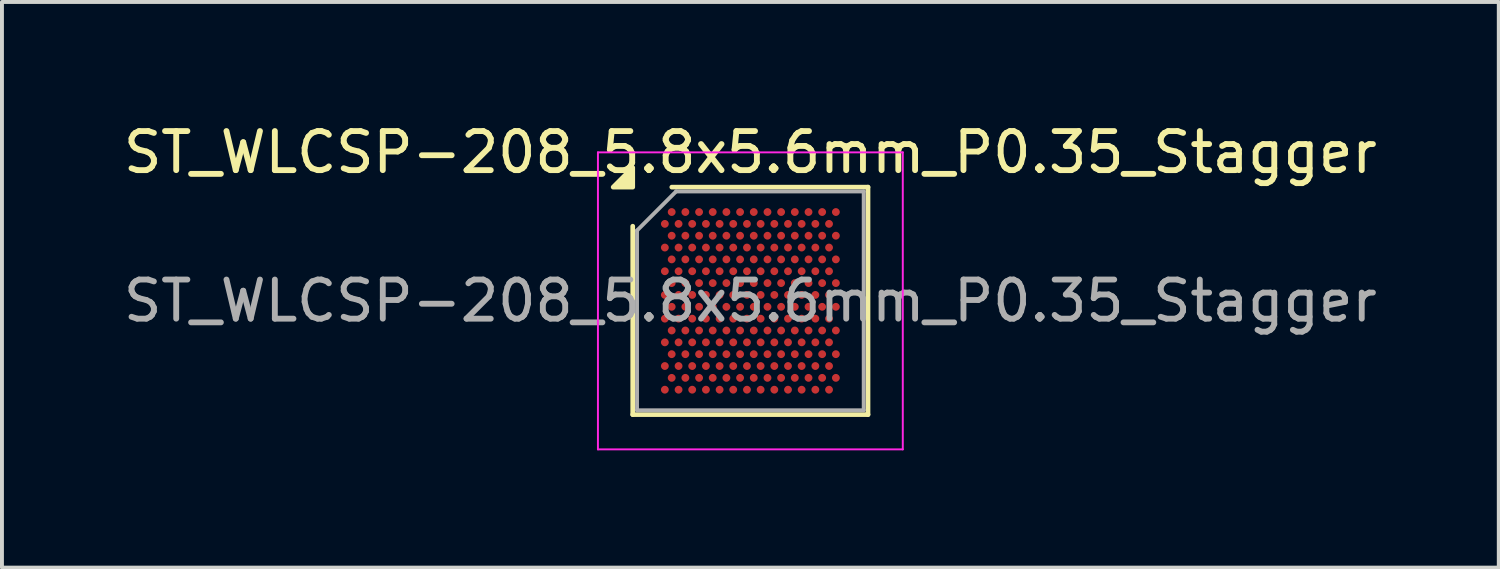
<source format=kicad_pcb>
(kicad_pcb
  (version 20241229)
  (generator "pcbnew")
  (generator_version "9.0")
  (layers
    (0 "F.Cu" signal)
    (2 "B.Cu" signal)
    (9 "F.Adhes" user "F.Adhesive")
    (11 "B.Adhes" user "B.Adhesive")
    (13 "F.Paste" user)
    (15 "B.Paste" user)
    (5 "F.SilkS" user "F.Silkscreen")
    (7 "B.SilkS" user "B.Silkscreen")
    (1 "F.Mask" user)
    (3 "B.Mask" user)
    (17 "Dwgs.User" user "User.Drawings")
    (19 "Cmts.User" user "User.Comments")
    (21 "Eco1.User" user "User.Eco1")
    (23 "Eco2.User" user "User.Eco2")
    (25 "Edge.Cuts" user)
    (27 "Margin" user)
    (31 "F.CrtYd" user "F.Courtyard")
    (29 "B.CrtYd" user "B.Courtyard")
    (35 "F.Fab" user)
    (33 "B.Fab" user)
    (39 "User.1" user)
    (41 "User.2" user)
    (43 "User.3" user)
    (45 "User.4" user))
  (footprint "ST_WLCSP-208_5.8x5.6mm_P0.35_Stagger"
    (layer "F.Cu")
    (at 16.149 4.648)
    (property "Reference" "ST_WLCSP-208_5.8x5.6mm_P0.35_Stagger" (at 0 -3.8 0) (layer "F.SilkS") (effects (font (size 1 1) (thickness 0.15))))
    (attr smd)
    (fp_line (start -3.01 2.91) (end -3.01 -1.91) (stroke (width 0.12) (type solid)) (layer "F.SilkS"))
    (fp_line (start -2.01 -2.91) (end 3.01 -2.91) (stroke (width 0.12) (type solid)) (layer "F.SilkS"))
    (fp_line (start 3.01 -2.91) (end 3.01 2.91) (stroke (width 0.12) (type solid)) (layer "F.SilkS"))
    (fp_line (start 3.01 2.91) (end -3.01 2.91) (stroke (width 0.12) (type solid)) (layer "F.SilkS"))
    (fp_poly (pts (xy -3.01 -2.91) (xy -3.51 -2.91) (xy -3.01 -3.41) (xy -3.01 -2.91)) (stroke (width 0.12) (type solid)) (fill yes) (layer "F.SilkS"))
    (fp_line (start -3.9 -3.8) (end -3.9 3.8) (stroke (width 0.05) (type solid)) (layer "F.CrtYd"))
    (fp_line (start -3.9 3.8) (end 3.9 3.8) (stroke (width 0.05) (type solid)) (layer "F.CrtYd"))
    (fp_line (start 3.9 -3.8) (end -3.9 -3.8) (stroke (width 0.05) (type solid)) (layer "F.CrtYd"))
    (fp_line (start 3.9 3.8) (end 3.9 -3.8) (stroke (width 0.05) (type solid)) (layer "F.CrtYd"))
    (fp_line (start -2.9 -1.8) (end -1.9 -2.8) (stroke (width 0.1) (type solid)) (layer "F.Fab"))
    (fp_line (start -2.9 2.8) (end -2.9 -1.8) (stroke (width 0.1) (type solid)) (layer "F.Fab"))
    (fp_line (start -1.9 -2.8) (end 2.9 -2.8) (stroke (width 0.1) (type solid)) (layer "F.Fab"))
    (fp_line (start 2.9 -2.8) (end 2.9 2.8) (stroke (width 0.1) (type solid)) (layer "F.Fab"))
    (fp_line (start 2.9 2.8) (end -2.9 2.8) (stroke (width 0.1) (type solid)) (layer "F.Fab"))
    (fp_text user "${REFERENCE}" (at 0 0 0) (layer "F.Fab") (effects (font (size 1 1) (thickness 0.15))))
    (pad "A2" smd circle (at -2.013 -2.273) (size 0.2 0.2) (property pad_prop_bga) (layers "F.Cu" "F.Mask" "F.Paste"))
    (pad "A4" smd circle (at -1.663 -2.273) (size 0.2 0.2) (property pad_prop_bga) (layers "F.Cu" "F.Mask" "F.Paste"))
    (pad "A6" smd circle (at -1.312 -2.273) (size 0.2 0.2) (property pad_prop_bga) (layers "F.Cu" "F.Mask" "F.Paste"))
    (pad "A8" smd circle (at -0.963 -2.273) (size 0.2 0.2) (property pad_prop_bga) (layers "F.Cu" "F.Mask" "F.Paste"))
    (pad "A10" smd circle (at -0.613 -2.273) (size 0.2 0.2) (property pad_prop_bga) (layers "F.Cu" "F.Mask" "F.Paste"))
    (pad "A12" smd circle (at -0.263 -2.273) (size 0.2 0.2) (property pad_prop_bga) (layers "F.Cu" "F.Mask" "F.Paste"))
    (pad "A14" smd circle (at 0.087 -2.273) (size 0.2 0.2) (property pad_prop_bga) (layers "F.Cu" "F.Mask" "F.Paste"))
    (pad "A16" smd circle (at 0.438 -2.273) (size 0.2 0.2) (property pad_prop_bga) (layers "F.Cu" "F.Mask" "F.Paste"))
    (pad "A18" smd circle (at 0.787 -2.273) (size 0.2 0.2) (property pad_prop_bga) (layers "F.Cu" "F.Mask" "F.Paste"))
    (pad "A20" smd circle (at 1.137 -2.273) (size 0.2 0.2) (property pad_prop_bga) (layers "F.Cu" "F.Mask" "F.Paste"))
    (pad "A22" smd circle (at 1.488 -2.273) (size 0.2 0.2) (property pad_prop_bga) (layers "F.Cu" "F.Mask" "F.Paste"))
    (pad "A24" smd circle (at 1.837 -2.273) (size 0.2 0.2) (property pad_prop_bga) (layers "F.Cu" "F.Mask" "F.Paste"))
    (pad "A26" smd circle (at 2.188 -2.273) (size 0.2 0.2) (property pad_prop_bga) (layers "F.Cu" "F.Mask" "F.Paste"))
    (pad "B1" smd circle (at -2.188 -1.97) (size 0.2 0.2) (property pad_prop_bga) (layers "F.Cu" "F.Mask" "F.Paste"))
    (pad "B3" smd circle (at -1.837 -1.97) (size 0.2 0.2) (property pad_prop_bga) (layers "F.Cu" "F.Mask" "F.Paste"))
    (pad "B5" smd circle (at -1.488 -1.97) (size 0.2 0.2) (property pad_prop_bga) (layers "F.Cu" "F.Mask" "F.Paste"))
    (pad "B7" smd circle (at -1.137 -1.97) (size 0.2 0.2) (property pad_prop_bga) (layers "F.Cu" "F.Mask" "F.Paste"))
    (pad "B9" smd circle (at -0.787 -1.97) (size 0.2 0.2) (property pad_prop_bga) (layers "F.Cu" "F.Mask" "F.Paste"))
    (pad "B11" smd circle (at -0.438 -1.97) (size 0.2 0.2) (property pad_prop_bga) (layers "F.Cu" "F.Mask" "F.Paste"))
    (pad "B13" smd circle (at -0.087 -1.97) (size 0.2 0.2) (property pad_prop_bga) (layers "F.Cu" "F.Mask" "F.Paste"))
    (pad "B15" smd circle (at 0.263 -1.97) (size 0.2 0.2) (property pad_prop_bga) (layers "F.Cu" "F.Mask" "F.Paste"))
    (pad "B17" smd circle (at 0.613 -1.97) (size 0.2 0.2) (property pad_prop_bga) (layers "F.Cu" "F.Mask" "F.Paste"))
    (pad "B19" smd circle (at 0.963 -1.97) (size 0.2 0.2) (property pad_prop_bga) (layers "F.Cu" "F.Mask" "F.Paste"))
    (pad "B21" smd circle (at 1.312 -1.97) (size 0.2 0.2) (property pad_prop_bga) (layers "F.Cu" "F.Mask" "F.Paste"))
    (pad "B23" smd circle (at 1.663 -1.97) (size 0.2 0.2) (property pad_prop_bga) (layers "F.Cu" "F.Mask" "F.Paste"))
    (pad "B25" smd circle (at 2.013 -1.97) (size 0.2 0.2) (property pad_prop_bga) (layers "F.Cu" "F.Mask" "F.Paste"))
    (pad "C2" smd circle (at -2.013 -1.667) (size 0.2 0.2) (property pad_prop_bga) (layers "F.Cu" "F.Mask" "F.Paste"))
    (pad "C4" smd circle (at -1.663 -1.667) (size 0.2 0.2) (property pad_prop_bga) (layers "F.Cu" "F.Mask" "F.Paste"))
    (pad "C6" smd circle (at -1.312 -1.667) (size 0.2 0.2) (property pad_prop_bga) (layers "F.Cu" "F.Mask" "F.Paste"))
    (pad "C8" smd circle (at -0.963 -1.667) (size 0.2 0.2) (property pad_prop_bga) (layers "F.Cu" "F.Mask" "F.Paste"))
    (pad "C10" smd circle (at -0.613 -1.667) (size 0.2 0.2) (property pad_prop_bga) (layers "F.Cu" "F.Mask" "F.Paste"))
    (pad "C12" smd circle (at -0.263 -1.667) (size 0.2 0.2) (property pad_prop_bga) (layers "F.Cu" "F.Mask" "F.Paste"))
    (pad "C14" smd circle (at 0.087 -1.667) (size 0.2 0.2) (property pad_prop_bga) (layers "F.Cu" "F.Mask" "F.Paste"))
    (pad "C16" smd circle (at 0.438 -1.667) (size 0.2 0.2) (property pad_prop_bga) (layers "F.Cu" "F.Mask" "F.Paste"))
    (pad "C18" smd circle (at 0.787 -1.667) (size 0.2 0.2) (property pad_prop_bga) (layers "F.Cu" "F.Mask" "F.Paste"))
    (pad "C20" smd circle (at 1.137 -1.667) (size 0.2 0.2) (property pad_prop_bga) (layers "F.Cu" "F.Mask" "F.Paste"))
    (pad "C22" smd circle (at 1.488 -1.667) (size 0.2 0.2) (property pad_prop_bga) (layers "F.Cu" "F.Mask" "F.Paste"))
    (pad "C24" smd circle (at 1.837 -1.667) (size 0.2 0.2) (property pad_prop_bga) (layers "F.Cu" "F.Mask" "F.Paste"))
    (pad "C26" smd circle (at 2.188 -1.667) (size 0.2 0.2) (property pad_prop_bga) (layers "F.Cu" "F.Mask" "F.Paste"))
    (pad "D1" smd circle (at -2.188 -1.364) (size 0.2 0.2) (property pad_prop_bga) (layers "F.Cu" "F.Mask" "F.Paste"))
    (pad "D3" smd circle (at -1.837 -1.364) (size 0.2 0.2) (property pad_prop_bga) (layers "F.Cu" "F.Mask" "F.Paste"))
    (pad "D5" smd circle (at -1.488 -1.364) (size 0.2 0.2) (property pad_prop_bga) (layers "F.Cu" "F.Mask" "F.Paste"))
    (pad "D7" smd circle (at -1.137 -1.364) (size 0.2 0.2) (property pad_prop_bga) (layers "F.Cu" "F.Mask" "F.Paste"))
    (pad "D9" smd circle (at -0.787 -1.364) (size 0.2 0.2) (property pad_prop_bga) (layers "F.Cu" "F.Mask" "F.Paste"))
    (pad "D11" smd circle (at -0.438 -1.364) (size 0.2 0.2) (property pad_prop_bga) (layers "F.Cu" "F.Mask" "F.Paste"))
    (pad "D13" smd circle (at -0.087 -1.364) (size 0.2 0.2) (property pad_prop_bga) (layers "F.Cu" "F.Mask" "F.Paste"))
    (pad "D15" smd circle (at 0.263 -1.364) (size 0.2 0.2) (property pad_prop_bga) (layers "F.Cu" "F.Mask" "F.Paste"))
    (pad "D17" smd circle (at 0.613 -1.364) (size 0.2 0.2) (property pad_prop_bga) (layers "F.Cu" "F.Mask" "F.Paste"))
    (pad "D19" smd circle (at 0.963 -1.364) (size 0.2 0.2) (property pad_prop_bga) (layers "F.Cu" "F.Mask" "F.Paste"))
    (pad "D21" smd circle (at 1.312 -1.364) (size 0.2 0.2) (property pad_prop_bga) (layers "F.Cu" "F.Mask" "F.Paste"))
    (pad "D23" smd circle (at 1.663 -1.364) (size 0.2 0.2) (property pad_prop_bga) (layers "F.Cu" "F.Mask" "F.Paste"))
    (pad "D25" smd circle (at 2.013 -1.364) (size 0.2 0.2) (property pad_prop_bga) (layers "F.Cu" "F.Mask" "F.Paste"))
    (pad "E2" smd circle (at -2.013 -1.061) (size 0.2 0.2) (property pad_prop_bga) (layers "F.Cu" "F.Mask" "F.Paste"))
    (pad "E4" smd circle (at -1.663 -1.061) (size 0.2 0.2) (property pad_prop_bga) (layers "F.Cu" "F.Mask" "F.Paste"))
    (pad "E6" smd circle (at -1.312 -1.061) (size 0.2 0.2) (property pad_prop_bga) (layers "F.Cu" "F.Mask" "F.Paste"))
    (pad "E8" smd circle (at -0.963 -1.061) (size 0.2 0.2) (property pad_prop_bga) (layers "F.Cu" "F.Mask" "F.Paste"))
    (pad "E10" smd circle (at -0.613 -1.061) (size 0.2 0.2) (property pad_prop_bga) (layers "F.Cu" "F.Mask" "F.Paste"))
    (pad "E12" smd circle (at -0.263 -1.061) (size 0.2 0.2) (property pad_prop_bga) (layers "F.Cu" "F.Mask" "F.Paste"))
    (pad "E14" smd circle (at 0.087 -1.061) (size 0.2 0.2) (property pad_prop_bga) (layers "F.Cu" "F.Mask" "F.Paste"))
    (pad "E16" smd circle (at 0.438 -1.061) (size 0.2 0.2) (property pad_prop_bga) (layers "F.Cu" "F.Mask" "F.Paste"))
    (pad "E18" smd circle (at 0.787 -1.061) (size 0.2 0.2) (property pad_prop_bga) (layers "F.Cu" "F.Mask" "F.Paste"))
    (pad "E20" smd circle (at 1.137 -1.061) (size 0.2 0.2) (property pad_prop_bga) (layers "F.Cu" "F.Mask" "F.Paste"))
    (pad "E22" smd circle (at 1.488 -1.061) (size 0.2 0.2) (property pad_prop_bga) (layers "F.Cu" "F.Mask" "F.Paste"))
    (pad "E24" smd circle (at 1.837 -1.061) (size 0.2 0.2) (property pad_prop_bga) (layers "F.Cu" "F.Mask" "F.Paste"))
    (pad "E26" smd circle (at 2.188 -1.061) (size 0.2 0.2) (property pad_prop_bga) (layers "F.Cu" "F.Mask" "F.Paste"))
    (pad "F1" smd circle (at -2.188 -0.758) (size 0.2 0.2) (property pad_prop_bga) (layers "F.Cu" "F.Mask" "F.Paste"))
    (pad "F3" smd circle (at -1.837 -0.758) (size 0.2 0.2) (property pad_prop_bga) (layers "F.Cu" "F.Mask" "F.Paste"))
    (pad "F5" smd circle (at -1.488 -0.758) (size 0.2 0.2) (property pad_prop_bga) (layers "F.Cu" "F.Mask" "F.Paste"))
    (pad "F7" smd circle (at -1.137 -0.758) (size 0.2 0.2) (property pad_prop_bga) (layers "F.Cu" "F.Mask" "F.Paste"))
    (pad "F9" smd circle (at -0.787 -0.758) (size 0.2 0.2) (property pad_prop_bga) (layers "F.Cu" "F.Mask" "F.Paste"))
    (pad "F11" smd circle (at -0.438 -0.758) (size 0.2 0.2) (property pad_prop_bga) (layers "F.Cu" "F.Mask" "F.Paste"))
    (pad "F13" smd circle (at -0.087 -0.758) (size 0.2 0.2) (property pad_prop_bga) (layers "F.Cu" "F.Mask" "F.Paste"))
    (pad "F15" smd circle (at 0.263 -0.758) (size 0.2 0.2) (property pad_prop_bga) (layers "F.Cu" "F.Mask" "F.Paste"))
    (pad "F17" smd circle (at 0.613 -0.758) (size 0.2 0.2) (property pad_prop_bga) (layers "F.Cu" "F.Mask" "F.Paste"))
    (pad "F19" smd circle (at 0.963 -0.758) (size 0.2 0.2) (property pad_prop_bga) (layers "F.Cu" "F.Mask" "F.Paste"))
    (pad "F21" smd circle (at 1.312 -0.758) (size 0.2 0.2) (property pad_prop_bga) (layers "F.Cu" "F.Mask" "F.Paste"))
    (pad "F23" smd circle (at 1.663 -0.758) (size 0.2 0.2) (property pad_prop_bga) (layers "F.Cu" "F.Mask" "F.Paste"))
    (pad "F25" smd circle (at 2.013 -0.758) (size 0.2 0.2) (property pad_prop_bga) (layers "F.Cu" "F.Mask" "F.Paste"))
    (pad "G2" smd circle (at -2.013 -0.455) (size 0.2 0.2) (property pad_prop_bga) (layers "F.Cu" "F.Mask" "F.Paste"))
    (pad "G4" smd circle (at -1.663 -0.455) (size 0.2 0.2) (property pad_prop_bga) (layers "F.Cu" "F.Mask" "F.Paste"))
    (pad "G6" smd circle (at -1.312 -0.455) (size 0.2 0.2) (property pad_prop_bga) (layers "F.Cu" "F.Mask" "F.Paste"))
    (pad "G8" smd circle (at -0.963 -0.455) (size 0.2 0.2) (property pad_prop_bga) (layers "F.Cu" "F.Mask" "F.Paste"))
    (pad "G10" smd circle (at -0.613 -0.455) (size 0.2 0.2) (property pad_prop_bga) (layers "F.Cu" "F.Mask" "F.Paste"))
    (pad "G12" smd circle (at -0.263 -0.455) (size 0.2 0.2) (property pad_prop_bga) (layers "F.Cu" "F.Mask" "F.Paste"))
    (pad "G14" smd circle (at 0.087 -0.455) (size 0.2 0.2) (property pad_prop_bga) (layers "F.Cu" "F.Mask" "F.Paste"))
    (pad "G16" smd circle (at 0.438 -0.455) (size 0.2 0.2) (property pad_prop_bga) (layers "F.Cu" "F.Mask" "F.Paste"))
    (pad "G18" smd circle (at 0.787 -0.455) (size 0.2 0.2) (property pad_prop_bga) (layers "F.Cu" "F.Mask" "F.Paste"))
    (pad "G20" smd circle (at 1.137 -0.455) (size 0.2 0.2) (property pad_prop_bga) (layers "F.Cu" "F.Mask" "F.Paste"))
    (pad "G22" smd circle (at 1.488 -0.455) (size 0.2 0.2) (property pad_prop_bga) (layers "F.Cu" "F.Mask" "F.Paste"))
    (pad "G24" smd circle (at 1.837 -0.455) (size 0.2 0.2) (property pad_prop_bga) (layers "F.Cu" "F.Mask" "F.Paste"))
    (pad "G26" smd circle (at 2.188 -0.455) (size 0.2 0.2) (property pad_prop_bga) (layers "F.Cu" "F.Mask" "F.Paste"))
    (pad "H1" smd circle (at -2.188 -0.152) (size 0.2 0.2) (property pad_prop_bga) (layers "F.Cu" "F.Mask" "F.Paste"))
    (pad "H3" smd circle (at -1.837 -0.152) (size 0.2 0.2) (property pad_prop_bga) (layers "F.Cu" "F.Mask" "F.Paste"))
    (pad "H5" smd circle (at -1.488 -0.152) (size 0.2 0.2) (property pad_prop_bga) (layers "F.Cu" "F.Mask" "F.Paste"))
    (pad "H7" smd circle (at -1.137 -0.152) (size 0.2 0.2) (property pad_prop_bga) (layers "F.Cu" "F.Mask" "F.Paste"))
    (pad "H9" smd circle (at -0.787 -0.152) (size 0.2 0.2) (property pad_prop_bga) (layers "F.Cu" "F.Mask" "F.Paste"))
    (pad "H11" smd circle (at -0.438 -0.152) (size 0.2 0.2) (property pad_prop_bga) (layers "F.Cu" "F.Mask" "F.Paste"))
    (pad "H13" smd circle (at -0.087 -0.152) (size 0.2 0.2) (property pad_prop_bga) (layers "F.Cu" "F.Mask" "F.Paste"))
    (pad "H15" smd circle (at 0.263 -0.152) (size 0.2 0.2) (property pad_prop_bga) (layers "F.Cu" "F.Mask" "F.Paste"))
    (pad "H17" smd circle (at 0.613 -0.152) (size 0.2 0.2) (property pad_prop_bga) (layers "F.Cu" "F.Mask" "F.Paste"))
    (pad "H19" smd circle (at 0.963 -0.152) (size 0.2 0.2) (property pad_prop_bga) (layers "F.Cu" "F.Mask" "F.Paste"))
    (pad "H21" smd circle (at 1.312 -0.152) (size 0.2 0.2) (property pad_prop_bga) (layers "F.Cu" "F.Mask" "F.Paste"))
    (pad "H23" smd circle (at 1.663 -0.152) (size 0.2 0.2) (property pad_prop_bga) (layers "F.Cu" "F.Mask" "F.Paste"))
    (pad "H25" smd circle (at 2.013 -0.152) (size 0.2 0.2) (property pad_prop_bga) (layers "F.Cu" "F.Mask" "F.Paste"))
    (pad "J2" smd circle (at -2.013 0.152) (size 0.2 0.2) (property pad_prop_bga) (layers "F.Cu" "F.Mask" "F.Paste"))
    (pad "J4" smd circle (at -1.663 0.152) (size 0.2 0.2) (property pad_prop_bga) (layers "F.Cu" "F.Mask" "F.Paste"))
    (pad "J6" smd circle (at -1.312 0.152) (size 0.2 0.2) (property pad_prop_bga) (layers "F.Cu" "F.Mask" "F.Paste"))
    (pad "J8" smd circle (at -0.963 0.152) (size 0.2 0.2) (property pad_prop_bga) (layers "F.Cu" "F.Mask" "F.Paste"))
    (pad "J10" smd circle (at -0.613 0.152) (size 0.2 0.2) (property pad_prop_bga) (layers "F.Cu" "F.Mask" "F.Paste"))
    (pad "J12" smd circle (at -0.263 0.152) (size 0.2 0.2) (property pad_prop_bga) (layers "F.Cu" "F.Mask" "F.Paste"))
    (pad "J14" smd circle (at 0.087 0.152) (size 0.2 0.2) (property pad_prop_bga) (layers "F.Cu" "F.Mask" "F.Paste"))
    (pad "J16" smd circle (at 0.438 0.152) (size 0.2 0.2) (property pad_prop_bga) (layers "F.Cu" "F.Mask" "F.Paste"))
    (pad "J18" smd circle (at 0.787 0.152) (size 0.2 0.2) (property pad_prop_bga) (layers "F.Cu" "F.Mask" "F.Paste"))
    (pad "J20" smd circle (at 1.137 0.152) (size 0.2 0.2) (property pad_prop_bga) (layers "F.Cu" "F.Mask" "F.Paste"))
    (pad "J22" smd circle (at 1.488 0.152) (size 0.2 0.2) (property pad_prop_bga) (layers "F.Cu" "F.Mask" "F.Paste"))
    (pad "J24" smd circle (at 1.837 0.152) (size 0.2 0.2) (property pad_prop_bga) (layers "F.Cu" "F.Mask" "F.Paste"))
    (pad "J26" smd circle (at 2.188 0.152) (size 0.2 0.2) (property pad_prop_bga) (layers "F.Cu" "F.Mask" "F.Paste"))
    (pad "K1" smd circle (at -2.188 0.455) (size 0.2 0.2) (property pad_prop_bga) (layers "F.Cu" "F.Mask" "F.Paste"))
    (pad "K3" smd circle (at -1.837 0.455) (size 0.2 0.2) (property pad_prop_bga) (layers "F.Cu" "F.Mask" "F.Paste"))
    (pad "K5" smd circle (at -1.488 0.455) (size 0.2 0.2) (property pad_prop_bga) (layers "F.Cu" "F.Mask" "F.Paste"))
    (pad "K7" smd circle (at -1.137 0.455) (size 0.2 0.2) (property pad_prop_bga) (layers "F.Cu" "F.Mask" "F.Paste"))
    (pad "K9" smd circle (at -0.787 0.455) (size 0.2 0.2) (property pad_prop_bga) (layers "F.Cu" "F.Mask" "F.Paste"))
    (pad "K11" smd circle (at -0.438 0.455) (size 0.2 0.2) (property pad_prop_bga) (layers "F.Cu" "F.Mask" "F.Paste"))
    (pad "K13" smd circle (at -0.087 0.455) (size 0.2 0.2) (property pad_prop_bga) (layers "F.Cu" "F.Mask" "F.Paste"))
    (pad "K15" smd circle (at 0.263 0.455) (size 0.2 0.2) (property pad_prop_bga) (layers "F.Cu" "F.Mask" "F.Paste"))
    (pad "K17" smd circle (at 0.613 0.455) (size 0.2 0.2) (property pad_prop_bga) (layers "F.Cu" "F.Mask" "F.Paste"))
    (pad "K19" smd circle (at 0.963 0.455) (size 0.2 0.2) (property pad_prop_bga) (layers "F.Cu" "F.Mask" "F.Paste"))
    (pad "K21" smd circle (at 1.312 0.455) (size 0.2 0.2) (property pad_prop_bga) (layers "F.Cu" "F.Mask" "F.Paste"))
    (pad "K23" smd circle (at 1.663 0.455) (size 0.2 0.2) (property pad_prop_bga) (layers "F.Cu" "F.Mask" "F.Paste"))
    (pad "K25" smd circle (at 2.013 0.455) (size 0.2 0.2) (property pad_prop_bga) (layers "F.Cu" "F.Mask" "F.Paste"))
    (pad "L2" smd circle (at -2.013 0.758) (size 0.2 0.2) (property pad_prop_bga) (layers "F.Cu" "F.Mask" "F.Paste"))
    (pad "L4" smd circle (at -1.663 0.758) (size 0.2 0.2) (property pad_prop_bga) (layers "F.Cu" "F.Mask" "F.Paste"))
    (pad "L6" smd circle (at -1.312 0.758) (size 0.2 0.2) (property pad_prop_bga) (layers "F.Cu" "F.Mask" "F.Paste"))
    (pad "L8" smd circle (at -0.963 0.758) (size 0.2 0.2) (property pad_prop_bga) (layers "F.Cu" "F.Mask" "F.Paste"))
    (pad "L10" smd circle (at -0.613 0.758) (size 0.2 0.2) (property pad_prop_bga) (layers "F.Cu" "F.Mask" "F.Paste"))
    (pad "L12" smd circle (at -0.263 0.758) (size 0.2 0.2) (property pad_prop_bga) (layers "F.Cu" "F.Mask" "F.Paste"))
    (pad "L14" smd circle (at 0.087 0.758) (size 0.2 0.2) (property pad_prop_bga) (layers "F.Cu" "F.Mask" "F.Paste"))
    (pad "L16" smd circle (at 0.438 0.758) (size 0.2 0.2) (property pad_prop_bga) (layers "F.Cu" "F.Mask" "F.Paste"))
    (pad "L18" smd circle (at 0.787 0.758) (size 0.2 0.2) (property pad_prop_bga) (layers "F.Cu" "F.Mask" "F.Paste"))
    (pad "L20" smd circle (at 1.137 0.758) (size 0.2 0.2) (property pad_prop_bga) (layers "F.Cu" "F.Mask" "F.Paste"))
    (pad "L22" smd circle (at 1.488 0.758) (size 0.2 0.2) (property pad_prop_bga) (layers "F.Cu" "F.Mask" "F.Paste"))
    (pad "L24" smd circle (at 1.837 0.758) (size 0.2 0.2) (property pad_prop_bga) (layers "F.Cu" "F.Mask" "F.Paste"))
    (pad "L26" smd circle (at 2.188 0.758) (size 0.2 0.2) (property pad_prop_bga) (layers "F.Cu" "F.Mask" "F.Paste"))
    (pad "M1" smd circle (at -2.188 1.061) (size 0.2 0.2) (property pad_prop_bga) (layers "F.Cu" "F.Mask" "F.Paste"))
    (pad "M3" smd circle (at -1.837 1.061) (size 0.2 0.2) (property pad_prop_bga) (layers "F.Cu" "F.Mask" "F.Paste"))
    (pad "M5" smd circle (at -1.488 1.061) (size 0.2 0.2) (property pad_prop_bga) (layers "F.Cu" "F.Mask" "F.Paste"))
    (pad "M7" smd circle (at -1.137 1.061) (size 0.2 0.2) (property pad_prop_bga) (layers "F.Cu" "F.Mask" "F.Paste"))
    (pad "M9" smd circle (at -0.787 1.061) (size 0.2 0.2) (property pad_prop_bga) (layers "F.Cu" "F.Mask" "F.Paste"))
    (pad "M11" smd circle (at -0.438 1.061) (size 0.2 0.2) (property pad_prop_bga) (layers "F.Cu" "F.Mask" "F.Paste"))
    (pad "M13" smd circle (at -0.087 1.061) (size 0.2 0.2) (property pad_prop_bga) (layers "F.Cu" "F.Mask" "F.Paste"))
    (pad "M15" smd circle (at 0.263 1.061) (size 0.2 0.2) (property pad_prop_bga) (layers "F.Cu" "F.Mask" "F.Paste"))
    (pad "M17" smd circle (at 0.613 1.061) (size 0.2 0.2) (property pad_prop_bga) (layers "F.Cu" "F.Mask" "F.Paste"))
    (pad "M19" smd circle (at 0.963 1.061) (size 0.2 0.2) (property pad_prop_bga) (layers "F.Cu" "F.Mask" "F.Paste"))
    (pad "M21" smd circle (at 1.312 1.061) (size 0.2 0.2) (property pad_prop_bga) (layers "F.Cu" "F.Mask" "F.Paste"))
    (pad "M23" smd circle (at 1.663 1.061) (size 0.2 0.2) (property pad_prop_bga) (layers "F.Cu" "F.Mask" "F.Paste"))
    (pad "M25" smd circle (at 2.013 1.061) (size 0.2 0.2) (property pad_prop_bga) (layers "F.Cu" "F.Mask" "F.Paste"))
    (pad "N2" smd circle (at -2.013 1.364) (size 0.2 0.2) (property pad_prop_bga) (layers "F.Cu" "F.Mask" "F.Paste"))
    (pad "N4" smd circle (at -1.663 1.364) (size 0.2 0.2) (property pad_prop_bga) (layers "F.Cu" "F.Mask" "F.Paste"))
    (pad "N6" smd circle (at -1.312 1.364) (size 0.2 0.2) (property pad_prop_bga) (layers "F.Cu" "F.Mask" "F.Paste"))
    (pad "N8" smd circle (at -0.963 1.364) (size 0.2 0.2) (property pad_prop_bga) (layers "F.Cu" "F.Mask" "F.Paste"))
    (pad "N10" smd circle (at -0.613 1.364) (size 0.2 0.2) (property pad_prop_bga) (layers "F.Cu" "F.Mask" "F.Paste"))
    (pad "N12" smd circle (at -0.263 1.364) (size 0.2 0.2) (property pad_prop_bga) (layers "F.Cu" "F.Mask" "F.Paste"))
    (pad "N14" smd circle (at 0.087 1.364) (size 0.2 0.2) (property pad_prop_bga) (layers "F.Cu" "F.Mask" "F.Paste"))
    (pad "N16" smd circle (at 0.438 1.364) (size 0.2 0.2) (property pad_prop_bga) (layers "F.Cu" "F.Mask" "F.Paste"))
    (pad "N18" smd circle (at 0.787 1.364) (size 0.2 0.2) (property pad_prop_bga) (layers "F.Cu" "F.Mask" "F.Paste"))
    (pad "N20" smd circle (at 1.137 1.364) (size 0.2 0.2) (property pad_prop_bga) (layers "F.Cu" "F.Mask" "F.Paste"))
    (pad "N22" smd circle (at 1.488 1.364) (size 0.2 0.2) (property pad_prop_bga) (layers "F.Cu" "F.Mask" "F.Paste"))
    (pad "N24" smd circle (at 1.837 1.364) (size 0.2 0.2) (property pad_prop_bga) (layers "F.Cu" "F.Mask" "F.Paste"))
    (pad "N26" smd circle (at 2.188 1.364) (size 0.2 0.2) (property pad_prop_bga) (layers "F.Cu" "F.Mask" "F.Paste"))
    (pad "P1" smd circle (at -2.188 1.667) (size 0.2 0.2) (property pad_prop_bga) (layers "F.Cu" "F.Mask" "F.Paste"))
    (pad "P3" smd circle (at -1.837 1.667) (size 0.2 0.2) (property pad_prop_bga) (layers "F.Cu" "F.Mask" "F.Paste"))
    (pad "P5" smd circle (at -1.488 1.667) (size 0.2 0.2) (property pad_prop_bga) (layers "F.Cu" "F.Mask" "F.Paste"))
    (pad "P7" smd circle (at -1.137 1.667) (size 0.2 0.2) (property pad_prop_bga) (layers "F.Cu" "F.Mask" "F.Paste"))
    (pad "P9" smd circle (at -0.787 1.667) (size 0.2 0.2) (property pad_prop_bga) (layers "F.Cu" "F.Mask" "F.Paste"))
    (pad "P11" smd circle (at -0.438 1.667) (size 0.2 0.2) (property pad_prop_bga) (layers "F.Cu" "F.Mask" "F.Paste"))
    (pad "P13" smd circle (at -0.087 1.667) (size 0.2 0.2) (property pad_prop_bga) (layers "F.Cu" "F.Mask" "F.Paste"))
    (pad "P15" smd circle (at 0.263 1.667) (size 0.2 0.2) (property pad_prop_bga) (layers "F.Cu" "F.Mask" "F.Paste"))
    (pad "P17" smd circle (at 0.613 1.667) (size 0.2 0.2) (property pad_prop_bga) (layers "F.Cu" "F.Mask" "F.Paste"))
    (pad "P19" smd circle (at 0.963 1.667) (size 0.2 0.2) (property pad_prop_bga) (layers "F.Cu" "F.Mask" "F.Paste"))
    (pad "P21" smd circle (at 1.312 1.667) (size 0.2 0.2) (property pad_prop_bga) (layers "F.Cu" "F.Mask" "F.Paste"))
    (pad "P23" smd circle (at 1.663 1.667) (size 0.2 0.2) (property pad_prop_bga) (layers "F.Cu" "F.Mask" "F.Paste"))
    (pad "P25" smd circle (at 2.013 1.667) (size 0.2 0.2) (property pad_prop_bga) (layers "F.Cu" "F.Mask" "F.Paste"))
    (pad "R2" smd circle (at -2.013 1.97) (size 0.2 0.2) (property pad_prop_bga) (layers "F.Cu" "F.Mask" "F.Paste"))
    (pad "R4" smd circle (at -1.663 1.97) (size 0.2 0.2) (property pad_prop_bga) (layers "F.Cu" "F.Mask" "F.Paste"))
    (pad "R6" smd circle (at -1.312 1.97) (size 0.2 0.2) (property pad_prop_bga) (layers "F.Cu" "F.Mask" "F.Paste"))
    (pad "R8" smd circle (at -0.963 1.97) (size 0.2 0.2) (property pad_prop_bga) (layers "F.Cu" "F.Mask" "F.Paste"))
    (pad "R10" smd circle (at -0.613 1.97) (size 0.2 0.2) (property pad_prop_bga) (layers "F.Cu" "F.Mask" "F.Paste"))
    (pad "R12" smd circle (at -0.263 1.97) (size 0.2 0.2) (property pad_prop_bga) (layers "F.Cu" "F.Mask" "F.Paste"))
    (pad "R14" smd circle (at 0.087 1.97) (size 0.2 0.2) (property pad_prop_bga) (layers "F.Cu" "F.Mask" "F.Paste"))
    (pad "R16" smd circle (at 0.438 1.97) (size 0.2 0.2) (property pad_prop_bga) (layers "F.Cu" "F.Mask" "F.Paste"))
    (pad "R18" smd circle (at 0.787 1.97) (size 0.2 0.2) (property pad_prop_bga) (layers "F.Cu" "F.Mask" "F.Paste"))
    (pad "R20" smd circle (at 1.137 1.97) (size 0.2 0.2) (property pad_prop_bga) (layers "F.Cu" "F.Mask" "F.Paste"))
    (pad "R22" smd circle (at 1.488 1.97) (size 0.2 0.2) (property pad_prop_bga) (layers "F.Cu" "F.Mask" "F.Paste"))
    (pad "R24" smd circle (at 1.837 1.97) (size 0.2 0.2) (property pad_prop_bga) (layers "F.Cu" "F.Mask" "F.Paste"))
    (pad "R26" smd circle (at 2.188 1.97) (size 0.2 0.2) (property pad_prop_bga) (layers "F.Cu" "F.Mask" "F.Paste"))
    (pad "T1" smd circle (at -2.188 2.273) (size 0.2 0.2) (property pad_prop_bga) (layers "F.Cu" "F.Mask" "F.Paste"))
    (pad "T3" smd circle (at -1.837 2.273) (size 0.2 0.2) (property pad_prop_bga) (layers "F.Cu" "F.Mask" "F.Paste"))
    (pad "T5" smd circle (at -1.488 2.273) (size 0.2 0.2) (property pad_prop_bga) (layers "F.Cu" "F.Mask" "F.Paste"))
    (pad "T7" smd circle (at -1.137 2.273) (size 0.2 0.2) (property pad_prop_bga) (layers "F.Cu" "F.Mask" "F.Paste"))
    (pad "T9" smd circle (at -0.787 2.273) (size 0.2 0.2) (property pad_prop_bga) (layers "F.Cu" "F.Mask" "F.Paste"))
    (pad "T11" smd circle (at -0.438 2.273) (size 0.2 0.2) (property pad_prop_bga) (layers "F.Cu" "F.Mask" "F.Paste"))
    (pad "T13" smd circle (at -0.087 2.273) (size 0.2 0.2) (property pad_prop_bga) (layers "F.Cu" "F.Mask" "F.Paste"))
    (pad "T15" smd circle (at 0.263 2.273) (size 0.2 0.2) (property pad_prop_bga) (layers "F.Cu" "F.Mask" "F.Paste"))
    (pad "T17" smd circle (at 0.613 2.273) (size 0.2 0.2) (property pad_prop_bga) (layers "F.Cu" "F.Mask" "F.Paste"))
    (pad "T19" smd circle (at 0.963 2.273) (size 0.2 0.2) (property pad_prop_bga) (layers "F.Cu" "F.Mask" "F.Paste"))
    (pad "T21" smd circle (at 1.312 2.273) (size 0.2 0.2) (property pad_prop_bga) (layers "F.Cu" "F.Mask" "F.Paste"))
    (pad "T23" smd circle (at 1.663 2.273) (size 0.2 0.2) (property pad_prop_bga) (layers "F.Cu" "F.Mask" "F.Paste"))
    (pad "T25" smd circle (at 2.013 2.273) (size 0.2 0.2) (property pad_prop_bga) (layers "F.Cu" "F.Mask" "F.Paste")))
  (gr_rect
    (start -3 -3)
    (end 35.298 11.473)
    (stroke (width 0.1) (type default))
    (fill no)
    (layer "Edge.Cuts")))
</source>
